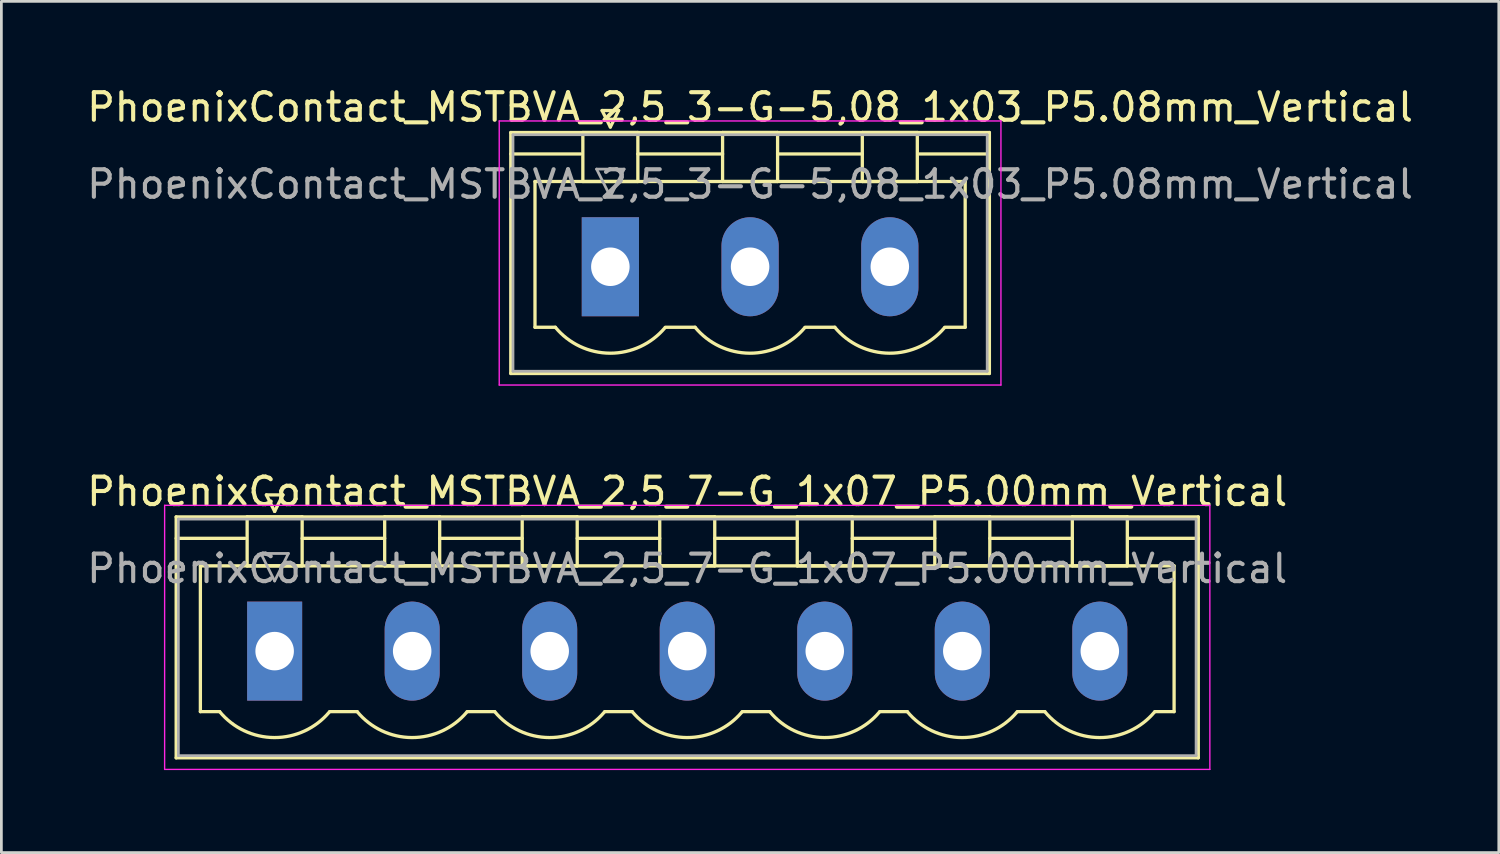
<source format=kicad_pcb>
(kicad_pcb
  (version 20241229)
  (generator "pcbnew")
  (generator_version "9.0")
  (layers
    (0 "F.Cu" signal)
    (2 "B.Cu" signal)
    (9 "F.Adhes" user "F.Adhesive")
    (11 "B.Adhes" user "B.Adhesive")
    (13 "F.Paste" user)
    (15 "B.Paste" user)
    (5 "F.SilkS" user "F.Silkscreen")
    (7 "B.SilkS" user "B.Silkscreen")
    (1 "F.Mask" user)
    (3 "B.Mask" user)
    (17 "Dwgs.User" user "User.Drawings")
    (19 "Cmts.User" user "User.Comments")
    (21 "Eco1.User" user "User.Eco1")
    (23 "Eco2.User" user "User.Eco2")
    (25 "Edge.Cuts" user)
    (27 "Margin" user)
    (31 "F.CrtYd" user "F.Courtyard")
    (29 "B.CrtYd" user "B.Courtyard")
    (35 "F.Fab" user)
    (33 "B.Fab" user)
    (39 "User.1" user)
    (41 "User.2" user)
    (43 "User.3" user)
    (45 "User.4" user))
  (footprint "PhoenixContact_MSTBVA_2,5_7-G_1x07_P5.00mm_Vertical"
    (layer "F.Cu")
    (at 6.935 20.622)
    (property "Reference" "PhoenixContact_MSTBVA_2,5_7-G_1x07_P5.00mm_Vertical" (at 15 -5.8 0) (layer "F.SilkS") (effects (font (size 1 1) (thickness 0.15))))
    (attr through_hole)
    (fp_line (start -3.58 -4.88) (end -3.58 3.88) (stroke (width 0.12) (type solid)) (layer "F.SilkS"))
    (fp_line (start -3.58 -4.1) (end -1.08 -4.1) (stroke (width 0.12) (type solid)) (layer "F.SilkS"))
    (fp_line (start -3.58 3.88) (end 33.58 3.88) (stroke (width 0.12) (type solid)) (layer "F.SilkS"))
    (fp_line (start -2.7 -3.1) (end 32.7 -3.1) (stroke (width 0.12) (type solid)) (layer "F.SilkS"))
    (fp_line (start -2.7 2.2) (end -2.7 -3.1) (stroke (width 0.12) (type solid)) (layer "F.SilkS"))
    (fp_line (start -2 2.2) (end -2.7 2.2) (stroke (width 0.12) (type solid)) (layer "F.SilkS"))
    (fp_line (start -1 -4.88) (end 1 -4.88) (stroke (width 0.12) (type solid)) (layer "F.SilkS"))
    (fp_line (start -1 -3.1) (end -1 -4.88) (stroke (width 0.12) (type solid)) (layer "F.SilkS"))
    (fp_line (start -0.3 -5.68) (end 0.3 -5.68) (stroke (width 0.12) (type solid)) (layer "F.SilkS"))
    (fp_line (start 0 -5.08) (end -0.3 -5.68) (stroke (width 0.12) (type solid)) (layer "F.SilkS"))
    (fp_line (start 0.3 -5.68) (end 0 -5.08) (stroke (width 0.12) (type solid)) (layer "F.SilkS"))
    (fp_line (start 1 -4.88) (end 1 -3.1) (stroke (width 0.12) (type solid)) (layer "F.SilkS"))
    (fp_line (start 1 -4.1) (end 4 -4.1) (stroke (width 0.12) (type solid)) (layer "F.SilkS"))
    (fp_line (start 1 -3.1) (end -1 -3.1) (stroke (width 0.12) (type solid)) (layer "F.SilkS"))
    (fp_line (start 2 2.2) (end 3 2.2) (stroke (width 0.12) (type solid)) (layer "F.SilkS"))
    (fp_line (start 4 -4.88) (end 6 -4.88) (stroke (width 0.12) (type solid)) (layer "F.SilkS"))
    (fp_line (start 4 -3.1) (end 4 -4.88) (stroke (width 0.12) (type solid)) (layer "F.SilkS"))
    (fp_line (start 6 -4.88) (end 6 -3.1) (stroke (width 0.12) (type solid)) (layer "F.SilkS"))
    (fp_line (start 6 -4.1) (end 9 -4.1) (stroke (width 0.12) (type solid)) (layer "F.SilkS"))
    (fp_line (start 6 -3.1) (end 4 -3.1) (stroke (width 0.12) (type solid)) (layer "F.SilkS"))
    (fp_line (start 7 2.2) (end 8 2.2) (stroke (width 0.12) (type solid)) (layer "F.SilkS"))
    (fp_line (start 9 -4.88) (end 11 -4.88) (stroke (width 0.12) (type solid)) (layer "F.SilkS"))
    (fp_line (start 9 -3.1) (end 9 -4.88) (stroke (width 0.12) (type solid)) (layer "F.SilkS"))
    (fp_line (start 11 -4.88) (end 11 -3.1) (stroke (width 0.12) (type solid)) (layer "F.SilkS"))
    (fp_line (start 11 -4.1) (end 14 -4.1) (stroke (width 0.12) (type solid)) (layer "F.SilkS"))
    (fp_line (start 11 -3.1) (end 9 -3.1) (stroke (width 0.12) (type solid)) (layer "F.SilkS"))
    (fp_line (start 12 2.2) (end 13 2.2) (stroke (width 0.12) (type solid)) (layer "F.SilkS"))
    (fp_line (start 14 -4.88) (end 16 -4.88) (stroke (width 0.12) (type solid)) (layer "F.SilkS"))
    (fp_line (start 14 -3.1) (end 14 -4.88) (stroke (width 0.12) (type solid)) (layer "F.SilkS"))
    (fp_line (start 16 -4.88) (end 16 -3.1) (stroke (width 0.12) (type solid)) (layer "F.SilkS"))
    (fp_line (start 16 -4.1) (end 19 -4.1) (stroke (width 0.12) (type solid)) (layer "F.SilkS"))
    (fp_line (start 16 -3.1) (end 14 -3.1) (stroke (width 0.12) (type solid)) (layer "F.SilkS"))
    (fp_line (start 17 2.2) (end 18 2.2) (stroke (width 0.12) (type solid)) (layer "F.SilkS"))
    (fp_line (start 19 -4.88) (end 21 -4.88) (stroke (width 0.12) (type solid)) (layer "F.SilkS"))
    (fp_line (start 19 -3.1) (end 19 -4.88) (stroke (width 0.12) (type solid)) (layer "F.SilkS"))
    (fp_line (start 21 -4.88) (end 21 -3.1) (stroke (width 0.12) (type solid)) (layer "F.SilkS"))
    (fp_line (start 21 -4.1) (end 24 -4.1) (stroke (width 0.12) (type solid)) (layer "F.SilkS"))
    (fp_line (start 21 -3.1) (end 19 -3.1) (stroke (width 0.12) (type solid)) (layer "F.SilkS"))
    (fp_line (start 22 2.2) (end 23 2.2) (stroke (width 0.12) (type solid)) (layer "F.SilkS"))
    (fp_line (start 24 -4.88) (end 26 -4.88) (stroke (width 0.12) (type solid)) (layer "F.SilkS"))
    (fp_line (start 24 -3.1) (end 24 -4.88) (stroke (width 0.12) (type solid)) (layer "F.SilkS"))
    (fp_line (start 26 -4.88) (end 26 -3.1) (stroke (width 0.12) (type solid)) (layer "F.SilkS"))
    (fp_line (start 26 -4.1) (end 29 -4.1) (stroke (width 0.12) (type solid)) (layer "F.SilkS"))
    (fp_line (start 26 -3.1) (end 24 -3.1) (stroke (width 0.12) (type solid)) (layer "F.SilkS"))
    (fp_line (start 27 2.2) (end 28 2.2) (stroke (width 0.12) (type solid)) (layer "F.SilkS"))
    (fp_line (start 29 -4.88) (end 31 -4.88) (stroke (width 0.12) (type solid)) (layer "F.SilkS"))
    (fp_line (start 29 -3.1) (end 29 -4.88) (stroke (width 0.12) (type solid)) (layer "F.SilkS"))
    (fp_line (start 31 -4.88) (end 31 -3.1) (stroke (width 0.12) (type solid)) (layer "F.SilkS"))
    (fp_line (start 31 -3.1) (end 29 -3.1) (stroke (width 0.12) (type solid)) (layer "F.SilkS"))
    (fp_line (start 32.7 -3.1) (end 32.7 2.2) (stroke (width 0.12) (type solid)) (layer "F.SilkS"))
    (fp_line (start 32.7 2.2) (end 32 2.2) (stroke (width 0.12) (type solid)) (layer "F.SilkS"))
    (fp_line (start 33.58 -4.88) (end -3.58 -4.88) (stroke (width 0.12) (type solid)) (layer "F.SilkS"))
    (fp_line (start 33.58 -4.1) (end 31.08 -4.1) (stroke (width 0.12) (type solid)) (layer "F.SilkS"))
    (fp_line (start 33.58 3.88) (end 33.58 -4.88) (stroke (width 0.12) (type solid)) (layer "F.SilkS"))
    (fp_arc (start 1.986842 2.215821) (mid -0.010289 3.142758) (end -2 2.2) (stroke (width 0.12) (type solid)) (layer "F.SilkS"))
    (fp_arc (start 6.986842 2.215821) (mid 4.989711 3.142758) (end 3 2.2) (stroke (width 0.12) (type solid)) (layer "F.SilkS"))
    (fp_arc (start 11.986842 2.215821) (mid 9.989711 3.142758) (end 8 2.2) (stroke (width 0.12) (type solid)) (layer "F.SilkS"))
    (fp_arc (start 16.986842 2.215821) (mid 14.989711 3.142758) (end 13 2.2) (stroke (width 0.12) (type solid)) (layer "F.SilkS"))
    (fp_arc (start 21.986842 2.215821) (mid 19.989711 3.142758) (end 18 2.2) (stroke (width 0.12) (type solid)) (layer "F.SilkS"))
    (fp_arc (start 26.986842 2.215821) (mid 24.989711 3.142758) (end 23 2.2) (stroke (width 0.12) (type solid)) (layer "F.SilkS"))
    (fp_arc (start 31.986842 2.215821) (mid 29.989711 3.142758) (end 28 2.2) (stroke (width 0.12) (type solid)) (layer "F.SilkS"))
    (fp_line (start -4 -5.3) (end -4 4.3) (stroke (width 0.05) (type solid)) (layer "F.CrtYd"))
    (fp_line (start -4 4.3) (end 34 4.3) (stroke (width 0.05) (type solid)) (layer "F.CrtYd"))
    (fp_line (start 34 -5.3) (end -4 -5.3) (stroke (width 0.05) (type solid)) (layer "F.CrtYd"))
    (fp_line (start 34 4.3) (end 34 -5.3) (stroke (width 0.05) (type solid)) (layer "F.CrtYd"))
    (fp_line (start -3.5 -4.8) (end -3.5 3.8) (stroke (width 0.1) (type solid)) (layer "F.Fab"))
    (fp_line (start -3.5 3.8) (end 33.5 3.8) (stroke (width 0.1) (type solid)) (layer "F.Fab"))
    (fp_line (start -0.5 -3.55) (end 0.5 -3.55) (stroke (width 0.1) (type solid)) (layer "F.Fab"))
    (fp_line (start 0 -2.55) (end -0.5 -3.55) (stroke (width 0.1) (type solid)) (layer "F.Fab"))
    (fp_line (start 0.5 -3.55) (end 0 -2.55) (stroke (width 0.1) (type solid)) (layer "F.Fab"))
    (fp_line (start 33.5 -4.8) (end -3.5 -4.8) (stroke (width 0.1) (type solid)) (layer "F.Fab"))
    (fp_line (start 33.5 3.8) (end 33.5 -4.8) (stroke (width 0.1) (type solid)) (layer "F.Fab"))
    (fp_text user "${REFERENCE}" (at 15 -3 0) (layer "F.Fab") (effects (font (size 1 1) (thickness 0.15))))
    (pad "1" thru_hole rect (at 0 0) (size 2 3.6) (drill 1.4) (layers "*.Cu" "*.Mask"))
    (pad "2" thru_hole oval (at 5 0) (size 2 3.6) (drill 1.4) (layers "*.Cu" "*.Mask"))
    (pad "3" thru_hole oval (at 10 0) (size 2 3.6) (drill 1.4) (layers "*.Cu" "*.Mask"))
    (pad "4" thru_hole oval (at 15 0) (size 2 3.6) (drill 1.4) (layers "*.Cu" "*.Mask"))
    (pad "5" thru_hole oval (at 20 0) (size 2 3.6) (drill 1.4) (layers "*.Cu" "*.Mask"))
    (pad "6" thru_hole oval (at 25 0) (size 2 3.6) (drill 1.4) (layers "*.Cu" "*.Mask"))
    (pad "7" thru_hole oval (at 30 0) (size 2 3.6) (drill 1.4) (layers "*.Cu" "*.Mask")))
  (footprint "PhoenixContact_MSTBVA_2,5_3-G-5,08_1x03_P5.08mm_Vertical"
    (layer "F.Cu")
    (at 19.14 6.648)
    (property "Reference" "PhoenixContact_MSTBVA_2,5_3-G-5,08_1x03_P5.08mm_Vertical" (at 5.08 -5.8 0) (layer "F.SilkS") (effects (font (size 1 1) (thickness 0.15))))
    (attr through_hole)
    (fp_line (start -3.62 -4.88) (end -3.62 3.88) (stroke (width 0.12) (type solid)) (layer "F.SilkS"))
    (fp_line (start -3.62 -4.1) (end -1.08 -4.1) (stroke (width 0.12) (type solid)) (layer "F.SilkS"))
    (fp_line (start -3.62 3.88) (end 13.78 3.88) (stroke (width 0.12) (type solid)) (layer "F.SilkS"))
    (fp_line (start -2.74 -3.1) (end 12.9 -3.1) (stroke (width 0.12) (type solid)) (layer "F.SilkS"))
    (fp_line (start -2.74 2.2) (end -2.74 -3.1) (stroke (width 0.12) (type solid)) (layer "F.SilkS"))
    (fp_line (start -2 2.2) (end -2.74 2.2) (stroke (width 0.12) (type solid)) (layer "F.SilkS"))
    (fp_line (start -1 -4.88) (end 1 -4.88) (stroke (width 0.12) (type solid)) (layer "F.SilkS"))
    (fp_line (start -1 -3.1) (end -1 -4.88) (stroke (width 0.12) (type solid)) (layer "F.SilkS"))
    (fp_line (start -0.3 -5.68) (end 0.3 -5.68) (stroke (width 0.12) (type solid)) (layer "F.SilkS"))
    (fp_line (start 0 -5.08) (end -0.3 -5.68) (stroke (width 0.12) (type solid)) (layer "F.SilkS"))
    (fp_line (start 0.3 -5.68) (end 0 -5.08) (stroke (width 0.12) (type solid)) (layer "F.SilkS"))
    (fp_line (start 1 -4.88) (end 1 -3.1) (stroke (width 0.12) (type solid)) (layer "F.SilkS"))
    (fp_line (start 1 -4.1) (end 4.08 -4.1) (stroke (width 0.12) (type solid)) (layer "F.SilkS"))
    (fp_line (start 1 -3.1) (end -1 -3.1) (stroke (width 0.12) (type solid)) (layer "F.SilkS"))
    (fp_line (start 2 2.2) (end 3.08 2.2) (stroke (width 0.12) (type solid)) (layer "F.SilkS"))
    (fp_line (start 4.08 -4.88) (end 6.08 -4.88) (stroke (width 0.12) (type solid)) (layer "F.SilkS"))
    (fp_line (start 4.08 -3.1) (end 4.08 -4.88) (stroke (width 0.12) (type solid)) (layer "F.SilkS"))
    (fp_line (start 6.08 -4.88) (end 6.08 -3.1) (stroke (width 0.12) (type solid)) (layer "F.SilkS"))
    (fp_line (start 6.08 -4.1) (end 9.16 -4.1) (stroke (width 0.12) (type solid)) (layer "F.SilkS"))
    (fp_line (start 6.08 -3.1) (end 4.08 -3.1) (stroke (width 0.12) (type solid)) (layer "F.SilkS"))
    (fp_line (start 7.08 2.2) (end 8.16 2.2) (stroke (width 0.12) (type solid)) (layer "F.SilkS"))
    (fp_line (start 9.16 -4.88) (end 11.16 -4.88) (stroke (width 0.12) (type solid)) (layer "F.SilkS"))
    (fp_line (start 9.16 -3.1) (end 9.16 -4.88) (stroke (width 0.12) (type solid)) (layer "F.SilkS"))
    (fp_line (start 11.16 -4.88) (end 11.16 -3.1) (stroke (width 0.12) (type solid)) (layer "F.SilkS"))
    (fp_line (start 11.16 -3.1) (end 9.16 -3.1) (stroke (width 0.12) (type solid)) (layer "F.SilkS"))
    (fp_line (start 12.9 -3.1) (end 12.9 2.2) (stroke (width 0.12) (type solid)) (layer "F.SilkS"))
    (fp_line (start 12.9 2.2) (end 12.16 2.2) (stroke (width 0.12) (type solid)) (layer "F.SilkS"))
    (fp_line (start 13.78 -4.88) (end -3.62 -4.88) (stroke (width 0.12) (type solid)) (layer "F.SilkS"))
    (fp_line (start 13.78 -4.1) (end 11.24 -4.1) (stroke (width 0.12) (type solid)) (layer "F.SilkS"))
    (fp_line (start 13.78 3.88) (end 13.78 -4.88) (stroke (width 0.12) (type solid)) (layer "F.SilkS"))
    (fp_arc (start 1.986842 2.215821) (mid -0.010289 3.142758) (end -2 2.2) (stroke (width 0.12) (type solid)) (layer "F.SilkS"))
    (fp_arc (start 7.066842 2.215821) (mid 5.069711 3.142758) (end 3.08 2.2) (stroke (width 0.12) (type solid)) (layer "F.SilkS"))
    (fp_arc (start 12.146842 2.215821) (mid 10.149711 3.142758) (end 8.16 2.2) (stroke (width 0.12) (type solid)) (layer "F.SilkS"))
    (fp_line (start -4.04 -5.3) (end -4.04 4.3) (stroke (width 0.05) (type solid)) (layer "F.CrtYd"))
    (fp_line (start -4.04 4.3) (end 14.2 4.3) (stroke (width 0.05) (type solid)) (layer "F.CrtYd"))
    (fp_line (start 14.2 -5.3) (end -4.04 -5.3) (stroke (width 0.05) (type solid)) (layer "F.CrtYd"))
    (fp_line (start 14.2 4.3) (end 14.2 -5.3) (stroke (width 0.05) (type solid)) (layer "F.CrtYd"))
    (fp_line (start -3.54 -4.8) (end -3.54 3.8) (stroke (width 0.1) (type solid)) (layer "F.Fab"))
    (fp_line (start -3.54 3.8) (end 13.7 3.8) (stroke (width 0.1) (type solid)) (layer "F.Fab"))
    (fp_line (start -0.5 -3.55) (end 0.5 -3.55) (stroke (width 0.1) (type solid)) (layer "F.Fab"))
    (fp_line (start 0 -2.55) (end -0.5 -3.55) (stroke (width 0.1) (type solid)) (layer "F.Fab"))
    (fp_line (start 0.5 -3.55) (end 0 -2.55) (stroke (width 0.1) (type solid)) (layer "F.Fab"))
    (fp_line (start 13.7 -4.8) (end -3.54 -4.8) (stroke (width 0.1) (type solid)) (layer "F.Fab"))
    (fp_line (start 13.7 3.8) (end 13.7 -4.8) (stroke (width 0.1) (type solid)) (layer "F.Fab"))
    (fp_text user "${REFERENCE}" (at 5.08 -3 0) (layer "F.Fab") (effects (font (size 1 1) (thickness 0.15))))
    (pad "1" thru_hole rect (at 0 0) (size 2.08 3.6) (drill 1.4) (layers "*.Cu" "*.Mask"))
    (pad "2" thru_hole oval (at 5.08 0) (size 2.08 3.6) (drill 1.4) (layers "*.Cu" "*.Mask"))
    (pad "3" thru_hole oval (at 10.16 0) (size 2.08 3.6) (drill 1.4) (layers "*.Cu" "*.Mask")))
  (gr_rect
    (start -3 -3)
    (end 51.44 27.947)
    (stroke (width 0.1) (type default))
    (fill no)
    (layer "Edge.Cuts")))
</source>
